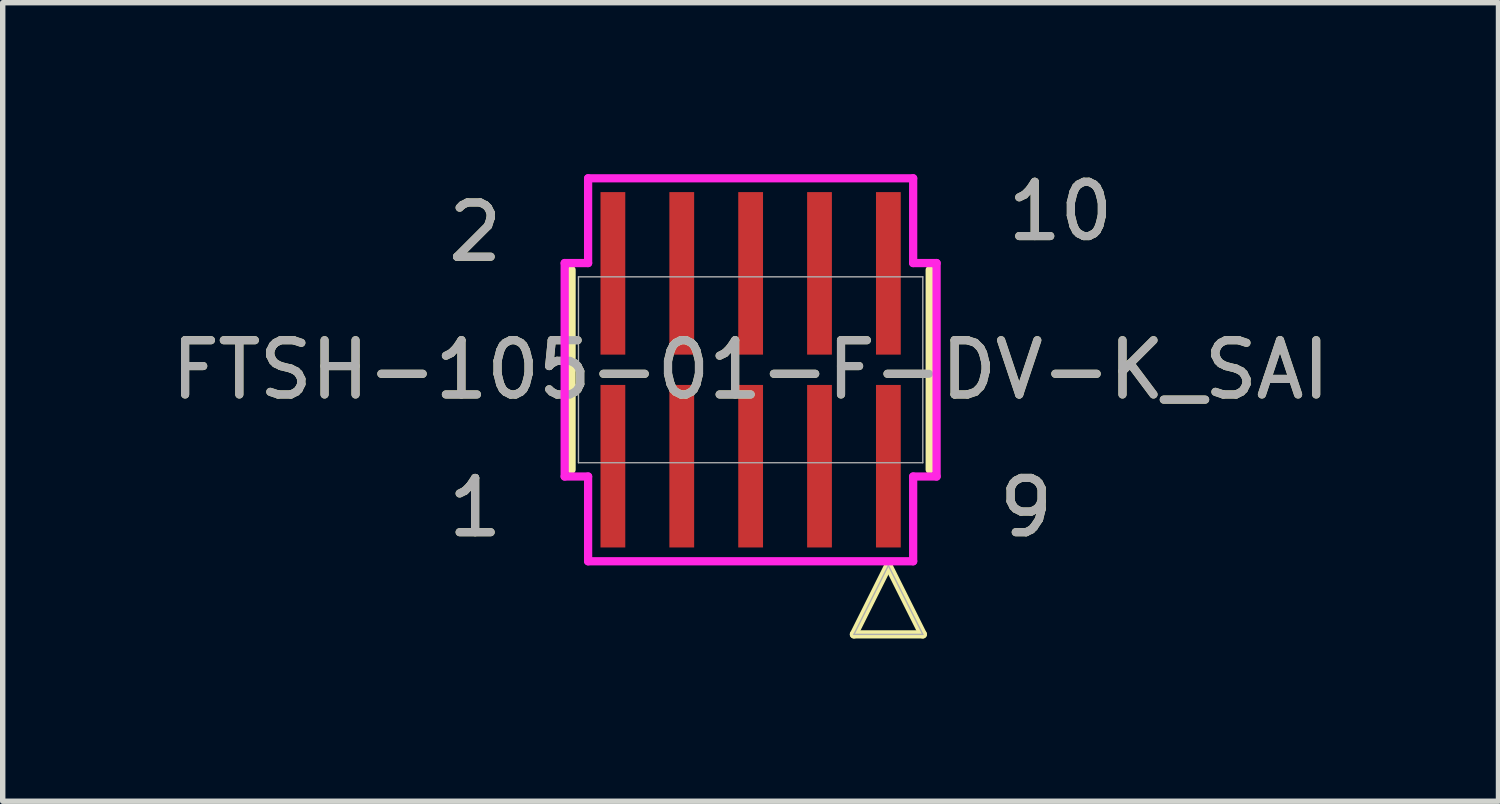
<source format=kicad_pcb>
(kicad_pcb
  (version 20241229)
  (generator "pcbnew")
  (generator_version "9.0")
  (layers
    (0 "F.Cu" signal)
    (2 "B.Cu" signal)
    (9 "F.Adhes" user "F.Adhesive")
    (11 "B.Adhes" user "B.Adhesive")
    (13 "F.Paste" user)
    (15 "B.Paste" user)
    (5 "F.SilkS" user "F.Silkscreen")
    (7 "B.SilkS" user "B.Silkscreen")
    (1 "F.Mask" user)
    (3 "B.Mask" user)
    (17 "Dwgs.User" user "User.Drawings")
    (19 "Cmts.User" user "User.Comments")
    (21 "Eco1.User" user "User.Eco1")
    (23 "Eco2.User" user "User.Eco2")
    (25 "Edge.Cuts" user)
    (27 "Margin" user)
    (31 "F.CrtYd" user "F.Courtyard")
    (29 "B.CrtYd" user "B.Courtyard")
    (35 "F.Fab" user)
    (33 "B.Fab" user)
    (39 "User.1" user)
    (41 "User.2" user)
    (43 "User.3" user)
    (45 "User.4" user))
  (footprint "FTSH-105-01-F-DV-K_SAI"
    (layer "F.Cu")
    (at 10.792 3.769)
    (property "Reference" "FTSH-105-01-F-DV-K_SAI" (at 0 0 0) (unlocked yes) (layer "F.SilkS") (effects (font (size 1 1) (thickness 0.15))))
    (attr smd)
    (fp_line (start -3.302 -1.841) (end -3.302 1.841) (stroke (width 0.152) (type solid)) (layer "F.SilkS"))
    (fp_line (start 1.905 4.879) (end 3.175 4.879) (stroke (width 0.152) (type solid)) (layer "F.SilkS"))
    (fp_line (start 2.54 3.609) (end 1.905 4.879) (stroke (width 0.152) (type solid)) (layer "F.SilkS"))
    (fp_line (start 3.175 4.879) (end 2.54 3.609) (stroke (width 0.152) (type solid)) (layer "F.SilkS"))
    (fp_line (start 3.302 1.841) (end 3.302 -1.841) (stroke (width 0.152) (type solid)) (layer "F.SilkS"))
    (fp_line (start -3.429 -1.968) (end -2.997 -1.968) (stroke (width 0.152) (type solid)) (layer "F.CrtYd"))
    (fp_line (start -3.429 1.968) (end -3.429 -1.968) (stroke (width 0.152) (type solid)) (layer "F.CrtYd"))
    (fp_line (start -2.997 -1.968) (end -2.997 -3.531) (stroke (width 0.152) (type solid)) (layer "F.CrtYd"))
    (fp_line (start -2.997 1.968) (end -3.429 1.968) (stroke (width 0.152) (type solid)) (layer "F.CrtYd"))
    (fp_line (start -2.997 3.531) (end -2.997 1.968) (stroke (width 0.152) (type solid)) (layer "F.CrtYd"))
    (fp_line (start -2.997 3.531) (end 2.997 3.531) (stroke (width 0.152) (type solid)) (layer "F.CrtYd"))
    (fp_line (start 2.997 -3.531) (end -2.997 -3.531) (stroke (width 0.152) (type solid)) (layer "F.CrtYd"))
    (fp_line (start 2.997 -3.531) (end 2.997 -1.968) (stroke (width 0.152) (type solid)) (layer "F.CrtYd"))
    (fp_line (start 2.997 -1.968) (end 3.429 -1.968) (stroke (width 0.152) (type solid)) (layer "F.CrtYd"))
    (fp_line (start 2.997 1.968) (end 2.997 3.531) (stroke (width 0.152) (type solid)) (layer "F.CrtYd"))
    (fp_line (start 3.429 -1.968) (end 3.429 1.968) (stroke (width 0.152) (type solid)) (layer "F.CrtYd"))
    (fp_line (start 3.429 1.968) (end 2.997 1.968) (stroke (width 0.152) (type solid)) (layer "F.CrtYd"))
    (fp_line (start -3.175 -1.714) (end -3.175 1.714) (stroke (width 0.025) (type solid)) (layer "F.Fab"))
    (fp_line (start -3.175 1.714) (end 3.175 1.714) (stroke (width 0.025) (type solid)) (layer "F.Fab"))
    (fp_line (start 1.905 4.879) (end 3.175 4.879) (stroke (width 0.025) (type solid)) (layer "F.Fab"))
    (fp_line (start 2.54 3.609) (end 1.905 4.879) (stroke (width 0.025) (type solid)) (layer "F.Fab"))
    (fp_line (start 3.175 -1.714) (end -3.175 -1.714) (stroke (width 0.025) (type solid)) (layer "F.Fab"))
    (fp_line (start 3.175 1.714) (end 3.175 -1.714) (stroke (width 0.025) (type solid)) (layer "F.Fab"))
    (fp_line (start 3.175 4.879) (end 2.54 3.609) (stroke (width 0.025) (type solid)) (layer "F.Fab"))
    (fp_text user "2" (at -5.08 -2.54 0) (unlocked yes) (layer "F.SilkS") (effects (font (size 1 1) (thickness 0.15))))
    (fp_text user "9" (at 5.08 2.54 0) (unlocked yes) (layer "F.SilkS") (effects (font (size 1 1) (thickness 0.15))))
    (fp_text user "1" (at -5.08 2.54 0) (unlocked yes) (layer "F.SilkS") (effects (font (size 1 1) (thickness 0.15))))
    (fp_text user "10" (at 5.715 -2.921 0) (unlocked yes) (layer "F.SilkS") (effects (font (size 1 1) (thickness 0.15))))
    (fp_text user "9" (at 5.08 2.54 0) (unlocked yes) (layer "F.Fab") (effects (font (size 1 1) (thickness 0.15))))
    (fp_text user "10" (at 5.715 -2.921 0) (unlocked yes) (layer "F.Fab") (effects (font (size 1 1) (thickness 0.15))))
    (fp_text user "${REFERENCE}" (at 0 0 0) (unlocked yes) (layer "F.Fab") (effects (font (size 1 1) (thickness 0.15))))
    (fp_text user "2" (at -5.08 -2.54 0) (unlocked yes) (layer "F.Fab") (effects (font (size 1 1) (thickness 0.15))))
    (fp_text user "1" (at -5.08 2.54 0) (unlocked yes) (layer "F.Fab") (effects (font (size 1 1) (thickness 0.15))))
    (pad "1" smd rect (at -2.54 1.778) (size 0.457 2.997) (layers "F.Cu" "F.Mask" "F.Paste"))
    (pad "2" smd rect (at -2.54 -1.778) (size 0.457 2.997) (layers "F.Cu" "F.Mask" "F.Paste"))
    (pad "3" smd rect (at -1.27 1.778) (size 0.457 2.997) (layers "F.Cu" "F.Mask" "F.Paste"))
    (pad "4" smd rect (at -1.27 -1.778) (size 0.457 2.997) (layers "F.Cu" "F.Mask" "F.Paste"))
    (pad "5" smd rect (at 0 1.778) (size 0.457 2.997) (layers "F.Cu" "F.Mask" "F.Paste"))
    (pad "6" smd rect (at 0 -1.778) (size 0.457 2.997) (layers "F.Cu" "F.Mask" "F.Paste"))
    (pad "7" smd rect (at 1.27 1.778) (size 0.457 2.997) (layers "F.Cu" "F.Mask" "F.Paste"))
    (pad "8" smd rect (at 1.27 -1.778) (size 0.457 2.997) (layers "F.Cu" "F.Mask" "F.Paste"))
    (pad "9" smd rect (at 2.54 1.778) (size 0.457 2.997) (layers "F.Cu" "F.Mask" "F.Paste"))
    (pad "10" smd rect (at 2.54 -1.778) (size 0.457 2.997) (layers "F.Cu" "F.Mask" "F.Paste")))
  (gr_rect
    (start -3 -3)
    (end 24.583 11.725)
    (stroke (width 0.1) (type default))
    (fill no)
    (layer "Edge.Cuts")))
</source>
